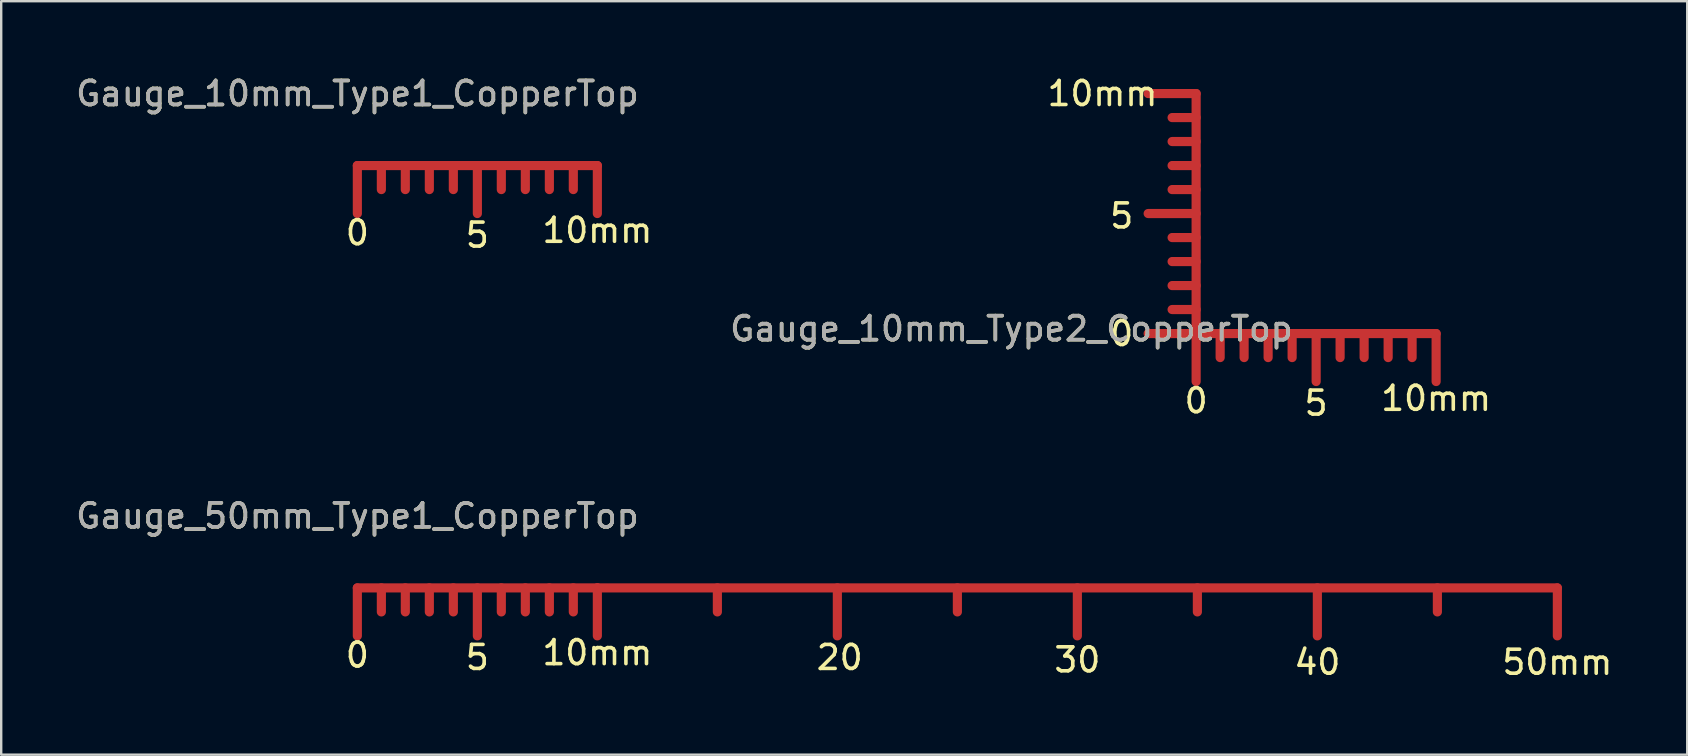
<source format=kicad_pcb>
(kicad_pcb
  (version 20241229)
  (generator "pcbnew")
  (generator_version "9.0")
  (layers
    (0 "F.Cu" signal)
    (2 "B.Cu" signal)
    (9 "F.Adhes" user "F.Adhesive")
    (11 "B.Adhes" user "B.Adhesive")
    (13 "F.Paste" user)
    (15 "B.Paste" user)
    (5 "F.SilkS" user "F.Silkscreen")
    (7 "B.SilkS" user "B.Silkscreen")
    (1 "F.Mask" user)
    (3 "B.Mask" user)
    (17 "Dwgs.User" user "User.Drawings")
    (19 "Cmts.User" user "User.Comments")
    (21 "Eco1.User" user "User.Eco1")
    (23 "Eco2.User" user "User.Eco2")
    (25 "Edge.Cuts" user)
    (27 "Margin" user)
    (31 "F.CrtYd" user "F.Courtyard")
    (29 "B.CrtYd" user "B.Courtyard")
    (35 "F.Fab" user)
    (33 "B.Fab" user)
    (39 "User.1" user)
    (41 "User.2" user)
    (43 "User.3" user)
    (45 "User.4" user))
  (footprint "Gauge_10mm_Type2_CopperTop"
    (layer "F.Cu")
    (at 46.788 10.848)
    (property "Reference" "Gauge_10mm_Type2_CopperTop" (at -7.699 -0.201 0) (layer "F.SilkS") (effects (font (size 1 1) (thickness 0.15))))
    (attr exclude_from_pos_files exclude_from_bom)
    (fp_line (start 0 -10) (end -1.999 -10) (stroke (width 0.381) (type solid)) (layer "F.Cu"))
    (fp_line (start 0 -8.999) (end -1.001 -8.999) (stroke (width 0.381) (type solid)) (layer "F.Cu"))
    (fp_line (start 0 -8.001) (end -1.001 -8.001) (stroke (width 0.381) (type solid)) (layer "F.Cu"))
    (fp_line (start 0 -7) (end -1.001 -7) (stroke (width 0.381) (type solid)) (layer "F.Cu"))
    (fp_line (start 0 -5.999) (end -1.001 -5.999) (stroke (width 0.381) (type solid)) (layer "F.Cu"))
    (fp_line (start 0 -5.001) (end -1.999 -5.001) (stroke (width 0.381) (type solid)) (layer "F.Cu"))
    (fp_line (start 0 -4) (end -1.001 -4) (stroke (width 0.381) (type solid)) (layer "F.Cu"))
    (fp_line (start 0 -3) (end -1.001 -3) (stroke (width 0.381) (type solid)) (layer "F.Cu"))
    (fp_line (start 0 -1.999) (end -1.001 -1.999) (stroke (width 0.381) (type solid)) (layer "F.Cu"))
    (fp_line (start 0 -1.001) (end -1.001 -1.001) (stroke (width 0.381) (type solid)) (layer "F.Cu"))
    (fp_line (start 0 0) (end -1.999 0) (stroke (width 0.381) (type solid)) (layer "F.Cu"))
    (fp_line (start 0 0) (end 0 -10) (stroke (width 0.381) (type solid)) (layer "F.Cu"))
    (fp_line (start 0 0) (end 0 1.999) (stroke (width 0.381) (type solid)) (layer "F.Cu"))
    (fp_line (start 0 0) (end 10 0) (stroke (width 0.381) (type solid)) (layer "F.Cu"))
    (fp_line (start 1.001 0) (end 1.001 1.001) (stroke (width 0.381) (type solid)) (layer "F.Cu"))
    (fp_line (start 1.999 0) (end 1.999 1.001) (stroke (width 0.381) (type solid)) (layer "F.Cu"))
    (fp_line (start 3 0) (end 3 1.001) (stroke (width 0.381) (type solid)) (layer "F.Cu"))
    (fp_line (start 4 0) (end 4 1.001) (stroke (width 0.381) (type solid)) (layer "F.Cu"))
    (fp_line (start 5.001 0) (end 5.001 1.999) (stroke (width 0.381) (type solid)) (layer "F.Cu"))
    (fp_line (start 5.999 0) (end 5.999 1.001) (stroke (width 0.381) (type solid)) (layer "F.Cu"))
    (fp_line (start 7 0) (end 7 1.001) (stroke (width 0.381) (type solid)) (layer "F.Cu"))
    (fp_line (start 8.001 0) (end 8.001 1.001) (stroke (width 0.381) (type solid)) (layer "F.Cu"))
    (fp_line (start 8.999 0) (end 8.999 1.001) (stroke (width 0.381) (type solid)) (layer "F.Cu"))
    (fp_line (start 10 0) (end 10 1.999) (stroke (width 0.381) (type solid)) (layer "F.Cu"))
    (fp_text user "10mm" (at -3.901 -10 0) (layer "F.SilkS") (effects (font (size 1 1) (thickness 0.15))))
    (fp_text user "0" (at 0 2.799 0) (layer "F.SilkS") (effects (font (size 1 1) (thickness 0.15))))
    (fp_text user "0" (at -3.101 0 0) (layer "F.SilkS") (effects (font (size 1 1) (thickness 0.15))))
    (fp_text user "10mm" (at 10 2.7 0) (layer "F.SilkS") (effects (font (size 1 1) (thickness 0.15))))
    (fp_text user "5" (at 4.999 2.901 0) (layer "F.SilkS") (effects (font (size 1 1) (thickness 0.15))))
    (fp_text user "5" (at -3.101 -4.9 0) (layer "F.SilkS") (effects (font (size 1 1) (thickness 0.15))))
    (fp_text user "${REFERENCE}" (at -7.699 -0.201 0) (layer "F.Fab") (effects (font (size 1 1) (thickness 0.15)))))
  (footprint "Gauge_10mm_Type1_CopperTop"
    (layer "F.Cu")
    (at 11.839 3.848)
    (property "Reference" "Gauge_10mm_Type1_CopperTop" (at 0 -3 0) (layer "F.SilkS") (effects (font (size 1 1) (thickness 0.15))))
    (attr exclude_from_pos_files exclude_from_bom)
    (fp_line (start 0 0) (end 0 1.999) (stroke (width 0.381) (type solid)) (layer "F.Cu"))
    (fp_line (start 0 0) (end 10 0) (stroke (width 0.381) (type solid)) (layer "F.Cu"))
    (fp_line (start 1.001 0) (end 1.001 1.001) (stroke (width 0.381) (type solid)) (layer "F.Cu"))
    (fp_line (start 1.999 0) (end 1.999 1.001) (stroke (width 0.381) (type solid)) (layer "F.Cu"))
    (fp_line (start 3 0) (end 3 1.001) (stroke (width 0.381) (type solid)) (layer "F.Cu"))
    (fp_line (start 4 0) (end 4 1.001) (stroke (width 0.381) (type solid)) (layer "F.Cu"))
    (fp_line (start 5.001 0) (end 5.001 1.999) (stroke (width 0.381) (type solid)) (layer "F.Cu"))
    (fp_line (start 5.999 0) (end 5.999 1.001) (stroke (width 0.381) (type solid)) (layer "F.Cu"))
    (fp_line (start 7 0) (end 7 1.001) (stroke (width 0.381) (type solid)) (layer "F.Cu"))
    (fp_line (start 8.001 0) (end 8.001 1.001) (stroke (width 0.381) (type solid)) (layer "F.Cu"))
    (fp_line (start 8.999 0) (end 8.999 1.001) (stroke (width 0.381) (type solid)) (layer "F.Cu"))
    (fp_line (start 10 0) (end 10 1.999) (stroke (width 0.381) (type solid)) (layer "F.Cu"))
    (fp_text user "5" (at 4.999 2.901 0) (layer "F.SilkS") (effects (font (size 1 1) (thickness 0.15))))
    (fp_text user "10mm" (at 10 2.7 0) (layer "F.SilkS") (effects (font (size 1 1) (thickness 0.15))))
    (fp_text user "0" (at 0 2.799 0) (layer "F.SilkS") (effects (font (size 1 1) (thickness 0.15))))
    (fp_text user "${REFERENCE}" (at 0 -3 0) (layer "F.Fab") (effects (font (size 1 1) (thickness 0.15)))))
  (footprint "Gauge_50mm_Type1_CopperTop"
    (layer "F.Cu")
    (at 11.839 21.445)
    (property "Reference" "Gauge_50mm_Type1_CopperTop" (at 0 -3 0) (layer "F.SilkS") (effects (font (size 1 1) (thickness 0.15))))
    (attr exclude_from_pos_files exclude_from_bom)
    (fp_line (start 0 0) (end 0 1.999) (stroke (width 0.381) (type solid)) (layer "F.Cu"))
    (fp_line (start 0 0) (end 10 0) (stroke (width 0.381) (type solid)) (layer "F.Cu"))
    (fp_line (start 1.001 0) (end 1.001 1.001) (stroke (width 0.381) (type solid)) (layer "F.Cu"))
    (fp_line (start 1.999 0) (end 1.999 1.001) (stroke (width 0.381) (type solid)) (layer "F.Cu"))
    (fp_line (start 3 0) (end 3 1.001) (stroke (width 0.381) (type solid)) (layer "F.Cu"))
    (fp_line (start 4 0) (end 4 1.001) (stroke (width 0.381) (type solid)) (layer "F.Cu"))
    (fp_line (start 5.001 0) (end 5.001 1.999) (stroke (width 0.381) (type solid)) (layer "F.Cu"))
    (fp_line (start 5.999 0) (end 5.999 1.001) (stroke (width 0.381) (type solid)) (layer "F.Cu"))
    (fp_line (start 7 0) (end 7 1.001) (stroke (width 0.381) (type solid)) (layer "F.Cu"))
    (fp_line (start 8.001 0) (end 8.001 1.001) (stroke (width 0.381) (type solid)) (layer "F.Cu"))
    (fp_line (start 8.999 0) (end 8.999 1.001) (stroke (width 0.381) (type solid)) (layer "F.Cu"))
    (fp_line (start 10 0) (end 10 1.999) (stroke (width 0.381) (type solid)) (layer "F.Cu"))
    (fp_line (start 10 0) (end 50 0) (stroke (width 0.381) (type solid)) (layer "F.Cu"))
    (fp_line (start 15.001 0) (end 15.001 1.001) (stroke (width 0.381) (type solid)) (layer "F.Cu"))
    (fp_line (start 20 0) (end 20 1.999) (stroke (width 0.381) (type solid)) (layer "F.Cu"))
    (fp_line (start 25.001 0) (end 25.001 1.001) (stroke (width 0.381) (type solid)) (layer "F.Cu"))
    (fp_line (start 30 0) (end 30 1.999) (stroke (width 0.381) (type solid)) (layer "F.Cu"))
    (fp_line (start 35.001 0) (end 35.001 1.001) (stroke (width 0.381) (type solid)) (layer "F.Cu"))
    (fp_line (start 40 0) (end 40 1.999) (stroke (width 0.381) (type solid)) (layer "F.Cu"))
    (fp_line (start 45.001 0) (end 45.001 1.001) (stroke (width 0.381) (type solid)) (layer "F.Cu"))
    (fp_line (start 50 0) (end 50 1.999) (stroke (width 0.381) (type solid)) (layer "F.Cu"))
    (fp_text user "0" (at 0 2.799 0) (layer "F.SilkS") (effects (font (size 1 1) (thickness 0.15))))
    (fp_text user "30" (at 30 3 0) (layer "F.SilkS") (effects (font (size 1 1) (thickness 0.15))))
    (fp_text user "10mm" (at 10 2.7 0) (layer "F.SilkS") (effects (font (size 1 1) (thickness 0.15))))
    (fp_text user "5" (at 4.999 2.901 0) (layer "F.SilkS") (effects (font (size 1 1) (thickness 0.15))))
    (fp_text user "40" (at 40 3.101 0) (layer "F.SilkS") (effects (font (size 1 1) (thickness 0.15))))
    (fp_text user "50mm" (at 50 3.101 0) (layer "F.SilkS") (effects (font (size 1 1) (thickness 0.15))))
    (fp_text user "20" (at 20.099 2.901 0) (layer "F.SilkS") (effects (font (size 1 1) (thickness 0.15))))
    (fp_text user "${REFERENCE}" (at 0 -3 0) (layer "F.Fab") (effects (font (size 1 1) (thickness 0.15)))))
  (gr_rect
    (start -3 -3)
    (end 67.25 28.395)
    (stroke (width 0.1) (type default))
    (fill no)
    (layer "Edge.Cuts")))
</source>
